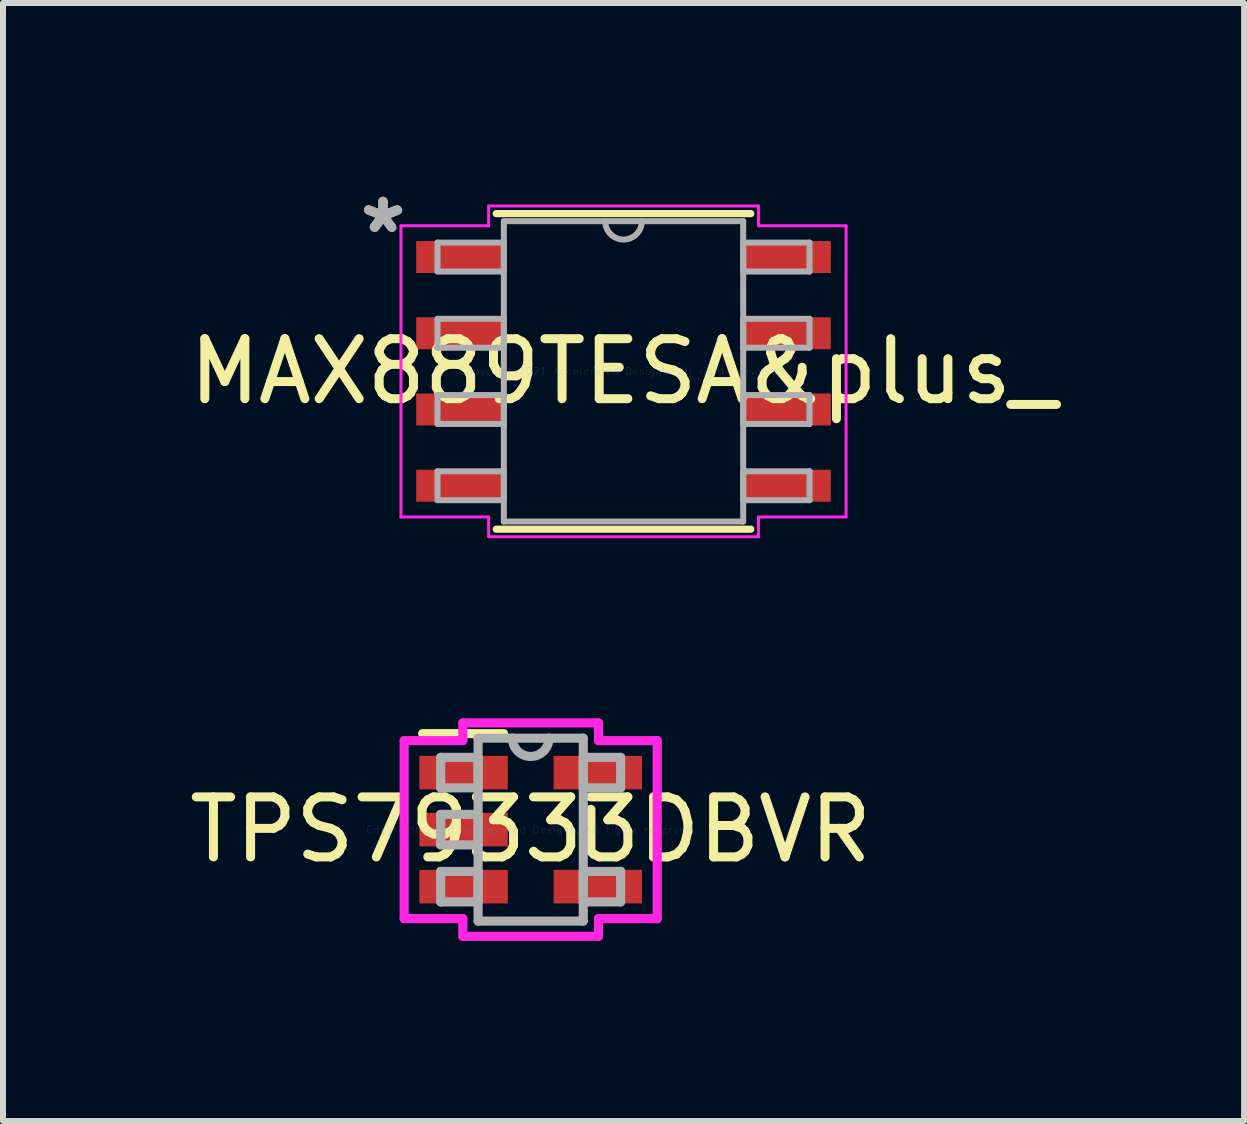
<source format=kicad_pcb>
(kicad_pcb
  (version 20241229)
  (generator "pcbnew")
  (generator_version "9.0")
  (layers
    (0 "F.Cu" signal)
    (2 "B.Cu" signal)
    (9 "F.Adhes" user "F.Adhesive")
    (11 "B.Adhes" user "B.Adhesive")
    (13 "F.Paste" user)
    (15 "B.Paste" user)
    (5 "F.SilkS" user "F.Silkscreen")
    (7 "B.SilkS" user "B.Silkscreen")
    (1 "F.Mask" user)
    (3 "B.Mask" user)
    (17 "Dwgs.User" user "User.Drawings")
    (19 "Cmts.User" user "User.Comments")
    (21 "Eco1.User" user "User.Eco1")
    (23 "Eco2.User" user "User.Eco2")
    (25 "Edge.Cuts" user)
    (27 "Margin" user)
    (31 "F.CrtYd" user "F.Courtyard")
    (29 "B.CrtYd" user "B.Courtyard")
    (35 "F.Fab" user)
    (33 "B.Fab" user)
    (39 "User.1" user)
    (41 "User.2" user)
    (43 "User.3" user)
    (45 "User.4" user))
  (footprint "MAX889TESA&plus_"
    (layer "F.Cu")
    (at 7.339 3.138)
    (property "Reference" "MAX889TESA&plus_" (at 0 0 0) (layer "F.SilkS") (effects (font (size 1 1) (thickness 0.15))))
    (attr through_hole)
    (fp_line (start -2.121 2.629) (end 2.121 2.629) (stroke (width 0.12) (type solid)) (layer "F.SilkS"))
    (fp_line (start 2.121 -2.629) (end -2.121 -2.629) (stroke (width 0.12) (type solid)) (layer "F.SilkS"))
    (fp_line (start -3.708 -2.426) (end -2.248 -2.426) (stroke (width 0.05) (type solid)) (layer "F.CrtYd"))
    (fp_line (start -3.708 2.426) (end -3.708 -2.426) (stroke (width 0.05) (type solid)) (layer "F.CrtYd"))
    (fp_line (start -2.248 -2.756) (end 2.248 -2.756) (stroke (width 0.05) (type solid)) (layer "F.CrtYd"))
    (fp_line (start -2.248 -2.426) (end -2.248 -2.756) (stroke (width 0.05) (type solid)) (layer "F.CrtYd"))
    (fp_line (start -2.248 2.426) (end -3.708 2.426) (stroke (width 0.05) (type solid)) (layer "F.CrtYd"))
    (fp_line (start -2.248 2.756) (end -2.248 2.426) (stroke (width 0.05) (type solid)) (layer "F.CrtYd"))
    (fp_line (start 2.248 -2.756) (end 2.248 -2.426) (stroke (width 0.05) (type solid)) (layer "F.CrtYd"))
    (fp_line (start 2.248 -2.426) (end 3.708 -2.426) (stroke (width 0.05) (type solid)) (layer "F.CrtYd"))
    (fp_line (start 2.248 2.426) (end 2.248 2.756) (stroke (width 0.05) (type solid)) (layer "F.CrtYd"))
    (fp_line (start 2.248 2.756) (end -2.248 2.756) (stroke (width 0.05) (type solid)) (layer "F.CrtYd"))
    (fp_line (start 3.708 -2.426) (end 3.708 2.426) (stroke (width 0.05) (type solid)) (layer "F.CrtYd"))
    (fp_line (start 3.708 2.426) (end 2.248 2.426) (stroke (width 0.05) (type solid)) (layer "F.CrtYd"))
    (fp_line (start -3.099 -2.146) (end -3.099 -1.664) (stroke (width 0.1) (type solid)) (layer "F.Fab"))
    (fp_line (start -3.099 -1.664) (end -1.994 -1.664) (stroke (width 0.1) (type solid)) (layer "F.Fab"))
    (fp_line (start -3.099 -0.876) (end -3.099 -0.394) (stroke (width 0.1) (type solid)) (layer "F.Fab"))
    (fp_line (start -3.099 -0.394) (end -1.994 -0.394) (stroke (width 0.1) (type solid)) (layer "F.Fab"))
    (fp_line (start -3.099 0.394) (end -3.099 0.876) (stroke (width 0.1) (type solid)) (layer "F.Fab"))
    (fp_line (start -3.099 0.876) (end -1.994 0.876) (stroke (width 0.1) (type solid)) (layer "F.Fab"))
    (fp_line (start -3.099 1.664) (end -3.099 2.146) (stroke (width 0.1) (type solid)) (layer "F.Fab"))
    (fp_line (start -3.099 2.146) (end -1.994 2.146) (stroke (width 0.1) (type solid)) (layer "F.Fab"))
    (fp_line (start -1.994 -2.502) (end -1.994 2.502) (stroke (width 0.1) (type solid)) (layer "F.Fab"))
    (fp_line (start -1.994 -2.146) (end -3.099 -2.146) (stroke (width 0.1) (type solid)) (layer "F.Fab"))
    (fp_line (start -1.994 -1.664) (end -1.994 -2.146) (stroke (width 0.1) (type solid)) (layer "F.Fab"))
    (fp_line (start -1.994 -0.876) (end -3.099 -0.876) (stroke (width 0.1) (type solid)) (layer "F.Fab"))
    (fp_line (start -1.994 -0.394) (end -1.994 -0.876) (stroke (width 0.1) (type solid)) (layer "F.Fab"))
    (fp_line (start -1.994 0.394) (end -3.099 0.394) (stroke (width 0.1) (type solid)) (layer "F.Fab"))
    (fp_line (start -1.994 0.876) (end -1.994 0.394) (stroke (width 0.1) (type solid)) (layer "F.Fab"))
    (fp_line (start -1.994 1.664) (end -3.099 1.664) (stroke (width 0.1) (type solid)) (layer "F.Fab"))
    (fp_line (start -1.994 2.146) (end -1.994 1.664) (stroke (width 0.1) (type solid)) (layer "F.Fab"))
    (fp_line (start -1.994 2.502) (end 1.994 2.502) (stroke (width 0.1) (type solid)) (layer "F.Fab"))
    (fp_line (start 1.994 -2.502) (end -1.994 -2.502) (stroke (width 0.1) (type solid)) (layer "F.Fab"))
    (fp_line (start 1.994 -2.146) (end 1.994 -1.664) (stroke (width 0.1) (type solid)) (layer "F.Fab"))
    (fp_line (start 1.994 -1.664) (end 3.099 -1.664) (stroke (width 0.1) (type solid)) (layer "F.Fab"))
    (fp_line (start 1.994 -0.876) (end 1.994 -0.394) (stroke (width 0.1) (type solid)) (layer "F.Fab"))
    (fp_line (start 1.994 -0.394) (end 3.099 -0.394) (stroke (width 0.1) (type solid)) (layer "F.Fab"))
    (fp_line (start 1.994 0.394) (end 1.994 0.876) (stroke (width 0.1) (type solid)) (layer "F.Fab"))
    (fp_line (start 1.994 0.876) (end 3.099 0.876) (stroke (width 0.1) (type solid)) (layer "F.Fab"))
    (fp_line (start 1.994 1.664) (end 1.994 2.146) (stroke (width 0.1) (type solid)) (layer "F.Fab"))
    (fp_line (start 1.994 2.146) (end 3.099 2.146) (stroke (width 0.1) (type solid)) (layer "F.Fab"))
    (fp_line (start 1.994 2.502) (end 1.994 -2.502) (stroke (width 0.1) (type solid)) (layer "F.Fab"))
    (fp_line (start 3.099 -2.146) (end 1.994 -2.146) (stroke (width 0.1) (type solid)) (layer "F.Fab"))
    (fp_line (start 3.099 -1.664) (end 3.099 -2.146) (stroke (width 0.1) (type solid)) (layer "F.Fab"))
    (fp_line (start 3.099 -0.876) (end 1.994 -0.876) (stroke (width 0.1) (type solid)) (layer "F.Fab"))
    (fp_line (start 3.099 -0.394) (end 3.099 -0.876) (stroke (width 0.1) (type solid)) (layer "F.Fab"))
    (fp_line (start 3.099 0.394) (end 1.994 0.394) (stroke (width 0.1) (type solid)) (layer "F.Fab"))
    (fp_line (start 3.099 0.876) (end 3.099 0.394) (stroke (width 0.1) (type solid)) (layer "F.Fab"))
    (fp_line (start 3.099 1.664) (end 1.994 1.664) (stroke (width 0.1) (type solid)) (layer "F.Fab"))
    (fp_line (start 3.099 2.146) (end 3.099 1.664) (stroke (width 0.1) (type solid)) (layer "F.Fab"))
    (fp_arc (start 0.3048 -2.5019) (mid 0 -2.1971) (end -0.3048 -2.5019) (stroke (width 0.1) (type solid)) (layer "F.Fab"))
    (fp_text user "*" (at -4.01 -2.29 0) (layer "F.SilkS") (effects (font (size 1 1) (thickness 0.15))))
    (fp_text user "Copyright 2021 Accelerated Designs. All rights reserved." (at 0 0 0) (layer "Cmts.User") (effects (font (size 0.127 0.127) (thickness 0.002))))
    (fp_text user "*" (at -4 -2.28 0) (layer "F.Fab") (effects (font (size 1 1) (thickness 0.15))))
    (fp_text user "*" (at -4.01 -2.29 0) (layer "F.Fab") (effects (font (size 1 1) (thickness 0.15))))
    (pad "1" smd rect (at -2.724 -1.905) (size 1.46 0.533) (layers "F.Cu" "F.Mask" "F.Paste"))
    (pad "2" smd rect (at -2.724 -0.635) (size 1.46 0.533) (layers "F.Cu" "F.Mask" "F.Paste"))
    (pad "3" smd rect (at -2.724 0.635) (size 1.46 0.533) (layers "F.Cu" "F.Mask" "F.Paste"))
    (pad "4" smd rect (at -2.724 1.905) (size 1.46 0.533) (layers "F.Cu" "F.Mask" "F.Paste"))
    (pad "5" smd rect (at 2.724 1.905) (size 1.46 0.533) (layers "F.Cu" "F.Mask" "F.Paste"))
    (pad "6" smd rect (at 2.724 0.635) (size 1.46 0.533) (layers "F.Cu" "F.Mask" "F.Paste"))
    (pad "7" smd rect (at 2.724 -0.635) (size 1.46 0.533) (layers "F.Cu" "F.Mask" "F.Paste"))
    (pad "8" smd rect (at 2.724 -1.905) (size 1.46 0.533) (layers "F.Cu" "F.Mask" "F.Paste")))
  (footprint "TPS79333DBVR"
    (layer "F.Cu")
    (at 5.792 10.773)
    (property "Reference" "TPS79333DBVR" (at 0 0 0) (layer "F.SilkS") (effects (font (size 1 1) (thickness 0.15))))
    (attr through_hole)
    (fp_line (start -0.45 -1.6) (end -1.8 -1.6) (stroke (width 0.152) (type solid)) (layer "F.SilkS"))
    (fp_line (start 1.003 0.338) (end 1.003 -0.338) (stroke (width 0.152) (type solid)) (layer "F.SilkS"))
    (fp_line (start -2.108 -1.483) (end -1.13 -1.483) (stroke (width 0.152) (type solid)) (layer "F.CrtYd"))
    (fp_line (start -2.108 1.483) (end -2.108 -1.483) (stroke (width 0.152) (type solid)) (layer "F.CrtYd"))
    (fp_line (start -1.13 -1.778) (end 1.13 -1.778) (stroke (width 0.152) (type solid)) (layer "F.CrtYd"))
    (fp_line (start -1.13 -1.483) (end -1.13 -1.778) (stroke (width 0.152) (type solid)) (layer "F.CrtYd"))
    (fp_line (start -1.13 1.483) (end -2.108 1.483) (stroke (width 0.152) (type solid)) (layer "F.CrtYd"))
    (fp_line (start -1.13 1.778) (end -1.13 1.483) (stroke (width 0.152) (type solid)) (layer "F.CrtYd"))
    (fp_line (start 1.13 -1.778) (end 1.13 -1.483) (stroke (width 0.152) (type solid)) (layer "F.CrtYd"))
    (fp_line (start 1.13 -1.483) (end 2.108 -1.483) (stroke (width 0.152) (type solid)) (layer "F.CrtYd"))
    (fp_line (start 1.13 1.483) (end 1.13 1.778) (stroke (width 0.152) (type solid)) (layer "F.CrtYd"))
    (fp_line (start 1.13 1.778) (end -1.13 1.778) (stroke (width 0.152) (type solid)) (layer "F.CrtYd"))
    (fp_line (start 2.108 -1.483) (end 2.108 1.483) (stroke (width 0.152) (type solid)) (layer "F.CrtYd"))
    (fp_line (start 2.108 1.483) (end 1.13 1.483) (stroke (width 0.152) (type solid)) (layer "F.CrtYd"))
    (fp_line (start -1.499 -1.204) (end -1.499 -0.696) (stroke (width 0.152) (type solid)) (layer "F.Fab"))
    (fp_line (start -1.499 -0.696) (end -0.876 -0.696) (stroke (width 0.152) (type solid)) (layer "F.Fab"))
    (fp_line (start -1.499 -0.254) (end -1.499 0.254) (stroke (width 0.152) (type solid)) (layer "F.Fab"))
    (fp_line (start -1.499 0.254) (end -0.876 0.254) (stroke (width 0.152) (type solid)) (layer "F.Fab"))
    (fp_line (start -1.499 0.696) (end -1.499 1.204) (stroke (width 0.152) (type solid)) (layer "F.Fab"))
    (fp_line (start -1.499 1.204) (end -0.876 1.204) (stroke (width 0.152) (type solid)) (layer "F.Fab"))
    (fp_line (start -0.876 -1.524) (end -0.876 1.524) (stroke (width 0.152) (type solid)) (layer "F.Fab"))
    (fp_line (start -0.876 -1.204) (end -1.499 -1.204) (stroke (width 0.152) (type solid)) (layer "F.Fab"))
    (fp_line (start -0.876 -0.696) (end -0.876 -1.204) (stroke (width 0.152) (type solid)) (layer "F.Fab"))
    (fp_line (start -0.876 -0.254) (end -1.499 -0.254) (stroke (width 0.152) (type solid)) (layer "F.Fab"))
    (fp_line (start -0.876 0.254) (end -0.876 -0.254) (stroke (width 0.152) (type solid)) (layer "F.Fab"))
    (fp_line (start -0.876 0.696) (end -1.499 0.696) (stroke (width 0.152) (type solid)) (layer "F.Fab"))
    (fp_line (start -0.876 1.204) (end -0.876 0.696) (stroke (width 0.152) (type solid)) (layer "F.Fab"))
    (fp_line (start -0.876 1.524) (end 0.876 1.524) (stroke (width 0.152) (type solid)) (layer "F.Fab"))
    (fp_line (start 0.876 -1.524) (end -0.876 -1.524) (stroke (width 0.152) (type solid)) (layer "F.Fab"))
    (fp_line (start 0.876 -1.204) (end 0.876 -0.696) (stroke (width 0.152) (type solid)) (layer "F.Fab"))
    (fp_line (start 0.876 -0.696) (end 1.499 -0.696) (stroke (width 0.152) (type solid)) (layer "F.Fab"))
    (fp_line (start 0.876 0.696) (end 0.876 1.204) (stroke (width 0.152) (type solid)) (layer "F.Fab"))
    (fp_line (start 0.876 1.204) (end 1.499 1.204) (stroke (width 0.152) (type solid)) (layer "F.Fab"))
    (fp_line (start 0.876 1.524) (end 0.876 -1.524) (stroke (width 0.152) (type solid)) (layer "F.Fab"))
    (fp_line (start 1.499 -1.204) (end 0.876 -1.204) (stroke (width 0.152) (type solid)) (layer "F.Fab"))
    (fp_line (start 1.499 -0.696) (end 1.499 -1.204) (stroke (width 0.152) (type solid)) (layer "F.Fab"))
    (fp_line (start 1.499 0.696) (end 0.876 0.696) (stroke (width 0.152) (type solid)) (layer "F.Fab"))
    (fp_line (start 1.499 1.204) (end 1.499 0.696) (stroke (width 0.152) (type solid)) (layer "F.Fab"))
    (fp_arc (start 0.3048 -1.524) (mid 0 -1.2192) (end -0.3048 -1.524) (stroke (width 0.1524) (type solid)) (layer "F.Fab"))
    (fp_text user "Copyright 2016 Accelerated Designs. All rights reserved." (at 0 0 0) (layer "Cmts.User") (effects (font (size 0.127 0.127) (thickness 0.002))))
    (pad "1" smd rect (at -1.118 -0.95) (size 1.473 0.559) (layers "F.Cu" "F.Mask" "F.Paste"))
    (pad "2" smd rect (at -1.118 0) (size 1.473 0.559) (layers "F.Cu" "F.Mask" "F.Paste"))
    (pad "3" smd rect (at -1.118 0.95) (size 1.473 0.559) (layers "F.Cu" "F.Mask" "F.Paste"))
    (pad "4" smd rect (at 1.118 0.95) (size 1.473 0.559) (layers "F.Cu" "F.Mask" "F.Paste"))
    (pad "5" smd rect (at 1.118 -0.95) (size 1.473 0.559) (layers "F.Cu" "F.Mask" "F.Paste")))
  (gr_rect
    (start -3 -3)
    (end 17.679 15.628)
    (stroke (width 0.1) (type default))
    (fill no)
    (layer "Edge.Cuts")))
</source>
